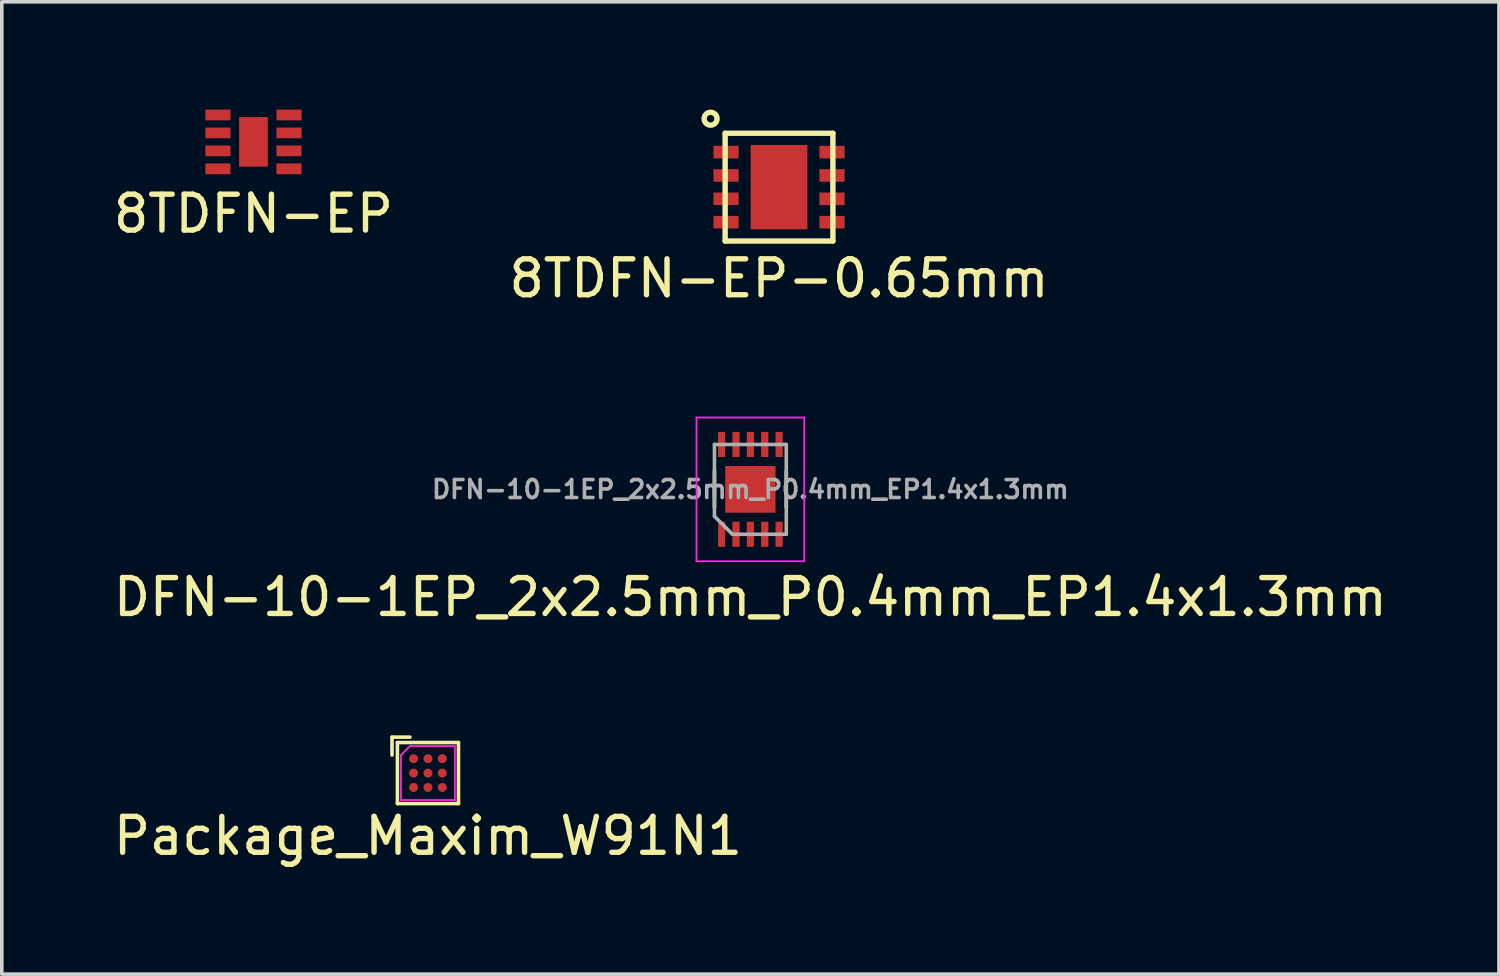
<source format=kicad_pcb>
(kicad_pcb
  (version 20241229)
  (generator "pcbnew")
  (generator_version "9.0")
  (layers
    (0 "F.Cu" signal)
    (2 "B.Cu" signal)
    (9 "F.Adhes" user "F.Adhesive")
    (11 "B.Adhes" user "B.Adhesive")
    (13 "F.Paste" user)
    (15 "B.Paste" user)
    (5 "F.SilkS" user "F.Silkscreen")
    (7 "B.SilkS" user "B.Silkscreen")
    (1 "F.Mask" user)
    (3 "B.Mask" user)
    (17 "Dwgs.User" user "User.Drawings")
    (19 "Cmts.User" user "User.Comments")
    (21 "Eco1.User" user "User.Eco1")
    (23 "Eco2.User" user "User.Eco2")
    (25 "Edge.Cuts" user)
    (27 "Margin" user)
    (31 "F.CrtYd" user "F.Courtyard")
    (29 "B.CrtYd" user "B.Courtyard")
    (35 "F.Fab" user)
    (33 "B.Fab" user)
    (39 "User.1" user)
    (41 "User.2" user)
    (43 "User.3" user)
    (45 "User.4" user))
  (footprint "8TDFN-EP-0.65mm"
    (layer "F.Cu")
    (at 18.637 2.16)
    (property "Reference" "8TDFN-EP-0.65mm" (at 0 2.54 0) (layer "F.SilkS") (effects (font (size 1 1) (thickness 0.15))))
    (attr through_hole)
    (fp_line (start -1.5 -1.5) (end 1.5 -1.5) (stroke (width 0.15) (type solid)) (layer "F.SilkS"))
    (fp_line (start -1.5 1.5) (end -1.5 -1.5) (stroke (width 0.15) (type solid)) (layer "F.SilkS"))
    (fp_line (start 1.5 -1.5) (end 1.5 1.5) (stroke (width 0.15) (type solid)) (layer "F.SilkS"))
    (fp_line (start 1.5 1.5) (end -1.5 1.5) (stroke (width 0.15) (type solid)) (layer "F.SilkS"))
    (fp_circle (center -1.905 -1.905) (end -1.778 -1.778) (stroke (width 0.15) (type solid)) (fill no) (layer "F.SilkS"))
    (pad "1" smd rect (at -1.475 -0.975) (size 0.7 0.35) (layers "F.Cu" "F.Mask" "F.Paste"))
    (pad "2" smd rect (at -1.475 -0.325) (size 0.7 0.35) (layers "F.Cu" "F.Mask" "F.Paste"))
    (pad "3" smd rect (at -1.475 0.325) (size 0.7 0.35) (layers "F.Cu" "F.Mask" "F.Paste"))
    (pad "4" smd rect (at -1.475 0.975) (size 0.7 0.35) (layers "F.Cu" "F.Mask" "F.Paste"))
    (pad "5" smd rect (at 1.475 0.975) (size 0.7 0.35) (layers "F.Cu" "F.Mask" "F.Paste"))
    (pad "6" smd rect (at 1.475 0.325) (size 0.7 0.35) (layers "F.Cu" "F.Mask" "F.Paste"))
    (pad "7" smd rect (at 1.475 -0.325) (size 0.7 0.35) (layers "F.Cu" "F.Mask" "F.Paste"))
    (pad "8" smd rect (at 1.475 -0.975) (size 0.7 0.35) (layers "F.Cu" "F.Mask" "F.Paste"))
    (pad "9" smd rect (at 0 0) (size 1.58 2.35) (layers "F.Cu" "F.Mask" "F.Paste")))
  (footprint "DFN-10-1EP_2x2.5mm_P0.4mm_EP1.4x1.3mm"
    (layer "F.Cu")
    (at 17.839 10.573)
    (property "Reference" "DFN-10-1EP_2x2.5mm_P0.4mm_EP1.4x1.3mm" (at 0 3 0) (layer "F.SilkS") (effects (font (size 1 1) (thickness 0.15))))
    (attr through_hole)
    (fp_line (start -1 -0.5) (end -1 0.5) (stroke (width 0.1) (type solid)) (layer "F.SilkS"))
    (fp_line (start 1 -0.5) (end 1 0.5) (stroke (width 0.1) (type solid)) (layer "F.SilkS"))
    (fp_line (start -1.5 -2) (end 1.5 -2) (stroke (width 0.05) (type solid)) (layer "F.CrtYd"))
    (fp_line (start -1.5 2) (end -1.5 -2) (stroke (width 0.05) (type solid)) (layer "F.CrtYd"))
    (fp_line (start 1.5 -2) (end 1.5 2) (stroke (width 0.05) (type solid)) (layer "F.CrtYd"))
    (fp_line (start 1.5 2) (end -1.5 2) (stroke (width 0.05) (type solid)) (layer "F.CrtYd"))
    (fp_line (start -1 -1.25) (end 1 -1.25) (stroke (width 0.1) (type solid)) (layer "F.Fab"))
    (fp_line (start -1 0.75) (end -1 -1.25) (stroke (width 0.1) (type solid)) (layer "F.Fab"))
    (fp_line (start -1 0.75) (end -0.5 1.25) (stroke (width 0.1) (type solid)) (layer "F.Fab"))
    (fp_line (start 1 -1.25) (end 1 1.25) (stroke (width 0.1) (type solid)) (layer "F.Fab"))
    (fp_line (start 1 1.25) (end -0.5 1.25) (stroke (width 0.1) (type solid)) (layer "F.Fab"))
    (fp_text user "${REFERENCE}" (at 0 0 0) (layer "F.Fab") (effects (font (size 0.5 0.5) (thickness 0.1))))
    (pad "1" smd rect (at -0.8 1.25) (size 0.2 0.7) (layers "F.Cu" "F.Mask" "F.Paste"))
    (pad "2" smd rect (at -0.4 1.25) (size 0.2 0.7) (layers "F.Cu" "F.Mask" "F.Paste"))
    (pad "3" smd rect (at 0 1.25) (size 0.2 0.7) (layers "F.Cu" "F.Mask" "F.Paste"))
    (pad "4" smd rect (at 0.4 1.25) (size 0.2 0.7) (layers "F.Cu" "F.Mask" "F.Paste"))
    (pad "5" smd rect (at 0.8 1.25) (size 0.2 0.7) (layers "F.Cu" "F.Mask" "F.Paste"))
    (pad "6" smd rect (at 0.8 -1.25) (size 0.2 0.7) (layers "F.Cu" "F.Mask" "F.Paste"))
    (pad "7" smd rect (at 0.4 -1.25) (size 0.2 0.7) (layers "F.Cu" "F.Mask" "F.Paste"))
    (pad "8" smd rect (at 0 -1.25) (size 0.2 0.7) (layers "F.Cu" "F.Mask" "F.Paste"))
    (pad "9" smd rect (at -0.4 -1.25) (size 0.2 0.7) (layers "F.Cu" "F.Mask" "F.Paste"))
    (pad "10" smd rect (at -0.8 -1.25) (size 0.2 0.7) (layers "F.Cu" "F.Mask" "F.Paste"))
    (pad "11" smd rect (at 0 0) (size 1.4 1.3) (layers "F.Cu" "F.Mask" "F.Paste")))
  (footprint "Package_Maxim_W91N1"
    (layer "F.Cu")
    (at 8.863 18.471)
    (property "Reference" "Package_Maxim_W91N1" (at 0 1.75 0) (layer "F.SilkS") (effects (font (size 1 1) (thickness 0.15))))
    (attr through_hole)
    (fp_line (start -1 -1) (end -1 -0.5) (stroke (width 0.1) (type solid)) (layer "F.SilkS"))
    (fp_line (start -0.85 -0.85) (end 0.85 -0.85) (stroke (width 0.1) (type solid)) (layer "F.SilkS"))
    (fp_line (start -0.85 0.85) (end -0.85 -0.85) (stroke (width 0.1) (type solid)) (layer "F.SilkS"))
    (fp_line (start -0.5 -1) (end -1 -1) (stroke (width 0.1) (type solid)) (layer "F.SilkS"))
    (fp_line (start 0.85 -0.85) (end 0.85 0.85) (stroke (width 0.1) (type solid)) (layer "F.SilkS"))
    (fp_line (start 0.85 0.85) (end -0.85 0.85) (stroke (width 0.1) (type solid)) (layer "F.SilkS"))
    (fp_line (start -0.75 -0.5) (end -0.75 0.75) (stroke (width 0.05) (type solid)) (layer "F.CrtYd"))
    (fp_line (start -0.75 0.75) (end 0.75 0.75) (stroke (width 0.05) (type solid)) (layer "F.CrtYd"))
    (fp_line (start -0.5 -0.75) (end -0.75 -0.5) (stroke (width 0.05) (type solid)) (layer "F.CrtYd"))
    (fp_line (start 0.75 -0.75) (end -0.5 -0.75) (stroke (width 0.05) (type solid)) (layer "F.CrtYd"))
    (fp_line (start 0.75 0.75) (end 0.75 -0.75) (stroke (width 0.05) (type solid)) (layer "F.CrtYd"))
    (pad "A1" smd circle (at -0.4 -0.4) (size 0.25 0.25) (layers "F.Cu" "F.Mask" "F.Paste"))
    (pad "A2" smd circle (at 0 -0.4) (size 0.25 0.25) (layers "F.Cu" "F.Mask" "F.Paste"))
    (pad "A3" smd circle (at 0.4 -0.4) (size 0.25 0.25) (layers "F.Cu" "F.Mask" "F.Paste"))
    (pad "B1" smd circle (at -0.4 0) (size 0.25 0.25) (layers "F.Cu" "F.Mask" "F.Paste"))
    (pad "B2" smd circle (at 0 0) (size 0.25 0.25) (layers "F.Cu" "F.Mask" "F.Paste"))
    (pad "B3" smd circle (at 0.4 0) (size 0.25 0.25) (layers "F.Cu" "F.Mask" "F.Paste"))
    (pad "C1" smd circle (at -0.4 0.4) (size 0.25 0.25) (layers "F.Cu" "F.Mask" "F.Paste"))
    (pad "C2" smd circle (at 0 0.4) (size 0.25 0.25) (layers "F.Cu" "F.Mask" "F.Paste"))
    (pad "C3" smd circle (at 0.4 0.4) (size 0.25 0.25) (layers "F.Cu" "F.Mask" "F.Paste")))
  (footprint "8TDFN-EP"
    (layer "F.Cu")
    (at 4.006 0.9)
    (property "Reference" "8TDFN-EP" (at 0 2 0) (layer "F.SilkS") (effects (font (size 1 1) (thickness 0.15))))
    (attr through_hole)
    (pad "1" smd rect (at -0.99 -0.75) (size 0.7 0.3) (layers "F.Cu" "F.Mask" "F.Paste"))
    (pad "2" smd rect (at -0.99 -0.25) (size 0.7 0.3) (layers "F.Cu" "F.Mask" "F.Paste"))
    (pad "3" smd rect (at -0.99 0.25) (size 0.7 0.3) (layers "F.Cu" "F.Mask" "F.Paste"))
    (pad "4" smd rect (at -0.99 0.75) (size 0.7 0.3) (layers "F.Cu" "F.Mask" "F.Paste"))
    (pad "5" smd rect (at 0.99 0.75) (size 0.7 0.3) (layers "F.Cu" "F.Mask" "F.Paste"))
    (pad "6" smd rect (at 0.99 0.25) (size 0.7 0.3) (layers "F.Cu" "F.Mask" "F.Paste"))
    (pad "7" smd rect (at 0.99 -0.25) (size 0.7 0.3) (layers "F.Cu" "F.Mask" "F.Paste"))
    (pad "8" smd rect (at 0.99 -0.75) (size 0.7 0.3) (layers "F.Cu" "F.Mask" "F.Paste"))
    (pad "9" smd rect (at 0 0) (size 0.8 1.38) (layers "F.Cu" "F.Mask" "F.Paste")))
  (gr_rect
    (start -3 -3)
    (end 38.679 24.069)
    (stroke (width 0.1) (type default))
    (fill no)
    (layer "Edge.Cuts")))
</source>
